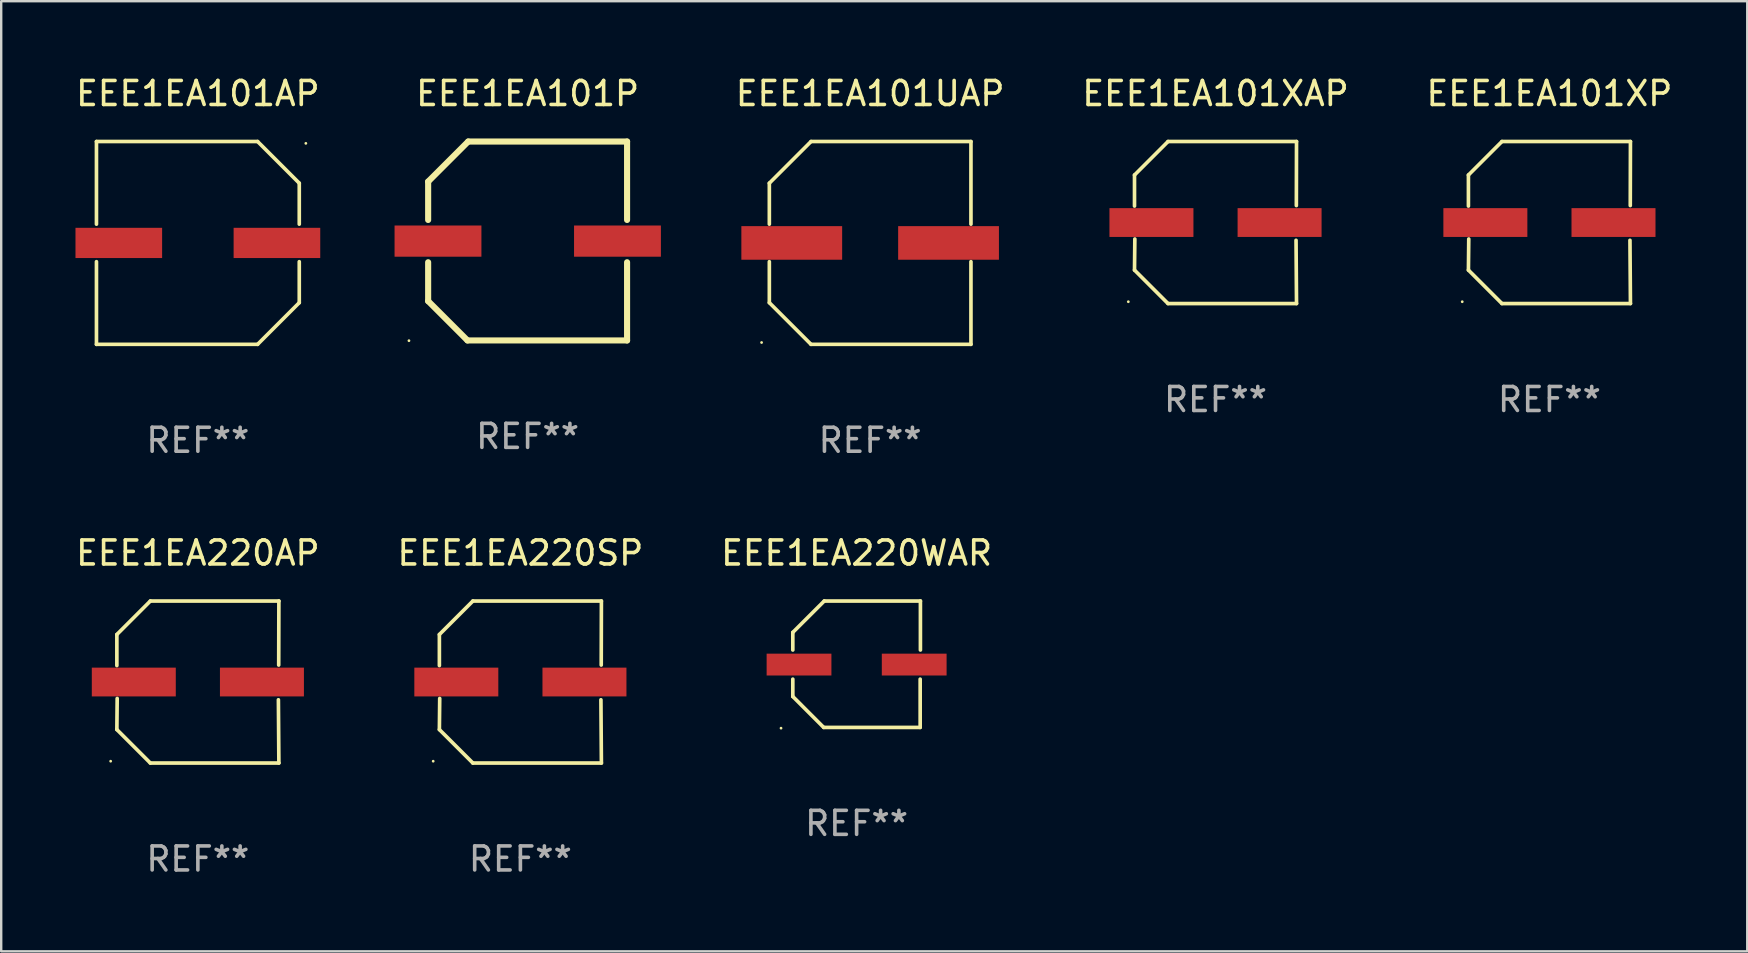
<source format=kicad_pcb>
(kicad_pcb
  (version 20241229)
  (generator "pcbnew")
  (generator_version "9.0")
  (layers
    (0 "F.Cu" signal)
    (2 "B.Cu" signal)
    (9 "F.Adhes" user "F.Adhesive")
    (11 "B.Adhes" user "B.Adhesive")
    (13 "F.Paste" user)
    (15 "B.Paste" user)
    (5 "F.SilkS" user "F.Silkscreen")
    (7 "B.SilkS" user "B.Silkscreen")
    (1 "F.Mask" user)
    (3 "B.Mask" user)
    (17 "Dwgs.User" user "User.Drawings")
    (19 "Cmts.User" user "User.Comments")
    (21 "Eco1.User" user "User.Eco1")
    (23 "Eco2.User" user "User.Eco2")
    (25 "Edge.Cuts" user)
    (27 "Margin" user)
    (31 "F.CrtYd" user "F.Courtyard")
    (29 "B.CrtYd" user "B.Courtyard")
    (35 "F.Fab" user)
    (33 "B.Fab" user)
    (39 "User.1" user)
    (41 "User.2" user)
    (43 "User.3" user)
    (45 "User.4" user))
  (footprint "EEE1EA101UAP"
    (layer "F.Cu")
    (at 33.213 7.074)
    (property "Reference" "EEE1EA101UAP" (at 0 -6.226 0) (layer "F.SilkS") (effects (font (size 1 1) (thickness 0.15))))
    (attr through_hole)
    (fp_line (start -4.201 -2.49) (end -4.201 -0.782) (stroke (width 0.152) (type solid)) (layer "F.SilkS"))
    (fp_line (start -4.201 2.49) (end -4.201 0.782) (stroke (width 0.152) (type solid)) (layer "F.SilkS"))
    (fp_line (start -2.465 -4.226) (end -4.201 -2.49) (stroke (width 0.152) (type solid)) (layer "F.SilkS"))
    (fp_line (start -2.465 4.226) (end -4.201 2.49) (stroke (width 0.152) (type solid)) (layer "F.SilkS"))
    (fp_line (start 4.201 -4.226) (end -2.465 -4.226) (stroke (width 0.152) (type solid)) (layer "F.SilkS"))
    (fp_line (start 4.201 -0.782) (end 4.201 -4.226) (stroke (width 0.152) (type solid)) (layer "F.SilkS"))
    (fp_line (start 4.201 0.782) (end 4.201 4.226) (stroke (width 0.152) (type solid)) (layer "F.SilkS"))
    (fp_line (start 4.201 4.226) (end -2.465 4.226) (stroke (width 0.152) (type solid)) (layer "F.SilkS"))
    (fp_circle (center -4.524 4.15) (end -4.494 4.15) (stroke (width 0.06) (type solid)) (fill no) (layer "F.SilkS"))
    (fp_text user "REF**" (at 0 8.226 0) (layer "F.Fab") (effects (font (size 1 1) (thickness 0.15))))
    (pad "1" smd rect (at -3.267 0) (size 4.2 1.4) (layers "F.Cu" "F.Mask" "F.Paste"))
    (pad "2" smd rect (at 3.267 0) (size 4.2 1.4) (layers "F.Cu" "F.Mask" "F.Paste")))
  (footprint "EEE1EA220SP"
    (layer "F.Cu")
    (at 18.637 25.373)
    (property "Reference" "EEE1EA220SP" (at 0 -5.376 0) (layer "F.SilkS") (effects (font (size 1 1) (thickness 0.15))))
    (attr through_hole)
    (fp_line (start -3.376 -1.98) (end -3.376 -0.686) (stroke (width 0.152) (type solid)) (layer "F.SilkS"))
    (fp_line (start -3.376 1.981) (end -3.362 0.686) (stroke (width 0.152) (type solid)) (layer "F.SilkS"))
    (fp_line (start -1.981 3.376) (end -3.376 1.981) (stroke (width 0.152) (type solid)) (layer "F.SilkS"))
    (fp_line (start -1.98 -3.376) (end -3.376 -1.98) (stroke (width 0.152) (type solid)) (layer "F.SilkS"))
    (fp_line (start 3.356 0.74) (end 3.376 3.376) (stroke (width 0.152) (type solid)) (layer "F.SilkS"))
    (fp_line (start 3.369 -0.707) (end 3.376 -3.376) (stroke (width 0.152) (type solid)) (layer "F.SilkS"))
    (fp_line (start 3.376 3.376) (end -1.981 3.376) (stroke (width 0.152) (type solid)) (layer "F.SilkS"))
    (fp_line (start 3.376 -3.376) (end -1.98 -3.376) (stroke (width 0.152) (type solid)) (layer "F.SilkS"))
    (fp_circle (center -3.634 3.3) (end -3.604 3.3) (stroke (width 0.06) (type solid)) (fill no) (layer "F.SilkS"))
    (fp_text user "REF**" (at 0 7.376 0) (layer "F.Fab") (effects (font (size 1 1) (thickness 0.15))))
    (pad "1" smd rect (at -2.67 0.000254) (size 3.5 1.2) (layers "F.Cu" "F.Mask" "F.Paste"))
    (pad "2" smd rect (at 2.67 0.000254) (size 3.5 1.2) (layers "F.Cu" "F.Mask" "F.Paste")))
  (footprint "EEE1EA101XAP"
    (layer "F.Cu")
    (at 47.606 6.224)
    (property "Reference" "EEE1EA101XAP" (at 0 -5.376 0) (layer "F.SilkS") (effects (font (size 1 1) (thickness 0.15))))
    (attr through_hole)
    (fp_line (start -3.376 -1.98) (end -3.376 -0.686) (stroke (width 0.152) (type solid)) (layer "F.SilkS"))
    (fp_line (start -3.376 1.981) (end -3.362 0.686) (stroke (width 0.152) (type solid)) (layer "F.SilkS"))
    (fp_line (start -1.981 3.376) (end -3.376 1.981) (stroke (width 0.152) (type solid)) (layer "F.SilkS"))
    (fp_line (start -1.98 -3.376) (end -3.376 -1.98) (stroke (width 0.152) (type solid)) (layer "F.SilkS"))
    (fp_line (start 3.356 0.74) (end 3.376 3.376) (stroke (width 0.152) (type solid)) (layer "F.SilkS"))
    (fp_line (start 3.369 -0.707) (end 3.376 -3.376) (stroke (width 0.152) (type solid)) (layer "F.SilkS"))
    (fp_line (start 3.376 3.376) (end -1.981 3.376) (stroke (width 0.152) (type solid)) (layer "F.SilkS"))
    (fp_line (start 3.376 -3.376) (end -1.98 -3.376) (stroke (width 0.152) (type solid)) (layer "F.SilkS"))
    (fp_circle (center -3.634 3.3) (end -3.604 3.3) (stroke (width 0.06) (type solid)) (fill no) (layer "F.SilkS"))
    (fp_text user "REF**" (at 0 7.376 0) (layer "F.Fab") (effects (font (size 1 1) (thickness 0.15))))
    (pad "1" smd rect (at -2.67 0.000254) (size 3.5 1.2) (layers "F.Cu" "F.Mask" "F.Paste"))
    (pad "2" smd rect (at 2.67 0.000254) (size 3.5 1.2) (layers "F.Cu" "F.Mask" "F.Paste")))
  (footprint "EEE1EA101XP"
    (layer "F.Cu")
    (at 61.522 6.224)
    (property "Reference" "EEE1EA101XP" (at 0 -5.376 0) (layer "F.SilkS") (effects (font (size 1 1) (thickness 0.15))))
    (attr through_hole)
    (fp_line (start -3.376 -1.98) (end -3.376 -0.686) (stroke (width 0.152) (type solid)) (layer "F.SilkS"))
    (fp_line (start -3.376 1.981) (end -3.362 0.686) (stroke (width 0.152) (type solid)) (layer "F.SilkS"))
    (fp_line (start -1.981 3.376) (end -3.376 1.981) (stroke (width 0.152) (type solid)) (layer "F.SilkS"))
    (fp_line (start -1.98 -3.376) (end -3.376 -1.98) (stroke (width 0.152) (type solid)) (layer "F.SilkS"))
    (fp_line (start 3.356 0.74) (end 3.376 3.376) (stroke (width 0.152) (type solid)) (layer "F.SilkS"))
    (fp_line (start 3.369 -0.707) (end 3.376 -3.376) (stroke (width 0.152) (type solid)) (layer "F.SilkS"))
    (fp_line (start 3.376 3.376) (end -1.981 3.376) (stroke (width 0.152) (type solid)) (layer "F.SilkS"))
    (fp_line (start 3.376 -3.376) (end -1.98 -3.376) (stroke (width 0.152) (type solid)) (layer "F.SilkS"))
    (fp_circle (center -3.634 3.3) (end -3.604 3.3) (stroke (width 0.06) (type solid)) (fill no) (layer "F.SilkS"))
    (fp_text user "REF**" (at 0 7.376 0) (layer "F.Fab") (effects (font (size 1 1) (thickness 0.15))))
    (pad "1" smd rect (at -2.67 0.000254) (size 3.5 1.2) (layers "F.Cu" "F.Mask" "F.Paste"))
    (pad "2" smd rect (at 2.67 0.000254) (size 3.5 1.2) (layers "F.Cu" "F.Mask" "F.Paste")))
  (footprint "EEE1EA101P"
    (layer "F.Cu")
    (at 18.938 6.993)
    (property "Reference" "EEE1EA101P" (at 0 -6.145 0) (layer "F.SilkS") (effects (font (size 1 1) (thickness 0.15))))
    (attr through_hole)
    (fp_line (start -4.145 -2.475) (end -4.145 -0.876) (stroke (width 0.254) (type solid)) (layer "F.SilkS"))
    (fp_line (start -4.145 0.886) (end -4.145 2.505) (stroke (width 0.254) (type solid)) (layer "F.SilkS"))
    (fp_line (start -4.145 2.505) (end -2.505 4.145) (stroke (width 0.254) (type solid)) (layer "F.SilkS"))
    (fp_line (start -2.505 4.145) (end 4.145 4.145) (stroke (width 0.254) (type solid)) (layer "F.SilkS"))
    (fp_line (start -2.475 -4.145) (end -4.145 -2.475) (stroke (width 0.254) (type solid)) (layer "F.SilkS"))
    (fp_line (start 4.145 -4.145) (end -2.475 -4.145) (stroke (width 0.254) (type solid)) (layer "F.SilkS"))
    (fp_line (start 4.145 -0.876) (end 4.145 -4.145) (stroke (width 0.254) (type solid)) (layer "F.SilkS"))
    (fp_line (start 4.145 4.145) (end 4.145 0.886) (stroke (width 0.254) (type solid)) (layer "F.SilkS"))
    (fp_circle (center -4.945 4.155) (end -4.915 4.155) (stroke (width 0.06) (type solid)) (fill no) (layer "F.SilkS"))
    (fp_text user "REF**" (at 0 8.145 0) (layer "F.Fab") (effects (font (size 1 1) (thickness 0.15))))
    (pad "1" smd rect (at -3.735 0.005) (size 3.62 1.3) (layers "F.Cu" "F.Mask" "F.Paste"))
    (pad "2" smd rect (at 3.745 0.005) (size 3.62 1.3) (layers "F.Cu" "F.Mask" "F.Paste")))
  (footprint "EEE1EA220WAR"
    (layer "F.Cu")
    (at 32.649 24.631)
    (property "Reference" "EEE1EA220WAR" (at 0 -4.634 0) (layer "F.SilkS") (effects (font (size 1 1) (thickness 0.15))))
    (attr through_hole)
    (fp_line (start -2.659 -1.326) (end -2.659 -0.592) (stroke (width 0.152) (type solid)) (layer "F.SilkS"))
    (fp_line (start -2.659 1.346) (end -2.659 0.622) (stroke (width 0.152) (type solid)) (layer "F.SilkS"))
    (fp_line (start -1.372 2.634) (end -2.659 1.346) (stroke (width 0.152) (type solid)) (layer "F.SilkS"))
    (fp_line (start -1.349 -2.634) (end -2.659 -1.326) (stroke (width 0.152) (type solid)) (layer "F.SilkS"))
    (fp_line (start 2.649 0.622) (end 2.649 2.634) (stroke (width 0.152) (type solid)) (layer "F.SilkS"))
    (fp_line (start 2.649 2.634) (end -1.372 2.634) (stroke (width 0.152) (type solid)) (layer "F.SilkS"))
    (fp_line (start 2.659 -2.634) (end -1.349 -2.634) (stroke (width 0.152) (type solid)) (layer "F.SilkS"))
    (fp_line (start 2.659 -0.592) (end 2.659 -2.634) (stroke (width 0.152) (type solid)) (layer "F.SilkS"))
    (fp_circle (center -3.15 2.665) (end -3.12 2.665) (stroke (width 0.06) (type solid)) (fill no) (layer "F.SilkS"))
    (fp_text user "REF**" (at 0 6.634 0) (layer "F.Fab") (effects (font (size 1 1) (thickness 0.15))))
    (pad "1" smd rect (at -2.4 0.015) (size 2.7 0.91) (layers "F.Cu" "F.Mask" "F.Paste"))
    (pad "2" smd rect (at 2.4 0.015) (size 2.7 0.91) (layers "F.Cu" "F.Mask" "F.Paste")))
  (footprint "EEE1EA101AP"
    (layer "F.Cu")
    (at 5.196 7.074)
    (property "Reference" "EEE1EA101AP" (at 0 -6.226 0) (layer "F.SilkS") (effects (font (size 1 1) (thickness 0.15))))
    (attr through_hole)
    (fp_line (start -4.226 -4.226) (end 2.49 -4.226) (stroke (width 0.152) (type solid)) (layer "F.SilkS"))
    (fp_line (start -4.226 -0.782) (end -4.226 -4.226) (stroke (width 0.152) (type solid)) (layer "F.SilkS"))
    (fp_line (start -4.226 0.782) (end -4.226 4.226) (stroke (width 0.152) (type solid)) (layer "F.SilkS"))
    (fp_line (start -4.226 4.226) (end 2.49 4.226) (stroke (width 0.152) (type solid)) (layer "F.SilkS"))
    (fp_line (start 2.49 -4.226) (end 4.226 -2.49) (stroke (width 0.152) (type solid)) (layer "F.SilkS"))
    (fp_line (start 2.49 4.226) (end 4.226 2.49) (stroke (width 0.152) (type solid)) (layer "F.SilkS"))
    (fp_line (start 4.226 -2.49) (end 4.226 -0.782) (stroke (width 0.152) (type solid)) (layer "F.SilkS"))
    (fp_line (start 4.226 2.49) (end 4.226 0.782) (stroke (width 0.152) (type solid)) (layer "F.SilkS"))
    (fp_circle (center 4.5 -4.15) (end 4.53 -4.15) (stroke (width 0.06) (type solid)) (fill no) (layer "F.SilkS"))
    (fp_text user "REF**" (at 0 8.226 0) (layer "F.Fab") (effects (font (size 1 1) (thickness 0.15))))
    (pad "1" smd rect (at 3.295 0 180) (size 3.61 1.26) (layers "F.Cu" "F.Mask" "F.Paste"))
    (pad "2" smd rect (at -3.295 0 180) (size 3.61 1.26) (layers "F.Cu" "F.Mask" "F.Paste")))
  (footprint "EEE1EA220AP"
    (layer "F.Cu")
    (at 5.196 25.373)
    (property "Reference" "EEE1EA220AP" (at 0 -5.376 0) (layer "F.SilkS") (effects (font (size 1 1) (thickness 0.15))))
    (attr through_hole)
    (fp_line (start -3.376 -1.98) (end -3.376 -0.686) (stroke (width 0.152) (type solid)) (layer "F.SilkS"))
    (fp_line (start -3.376 1.981) (end -3.362 0.686) (stroke (width 0.152) (type solid)) (layer "F.SilkS"))
    (fp_line (start -1.981 3.376) (end -3.376 1.981) (stroke (width 0.152) (type solid)) (layer "F.SilkS"))
    (fp_line (start -1.98 -3.376) (end -3.376 -1.98) (stroke (width 0.152) (type solid)) (layer "F.SilkS"))
    (fp_line (start 3.356 0.74) (end 3.376 3.376) (stroke (width 0.152) (type solid)) (layer "F.SilkS"))
    (fp_line (start 3.369 -0.707) (end 3.376 -3.376) (stroke (width 0.152) (type solid)) (layer "F.SilkS"))
    (fp_line (start 3.376 3.376) (end -1.981 3.376) (stroke (width 0.152) (type solid)) (layer "F.SilkS"))
    (fp_line (start 3.376 -3.376) (end -1.98 -3.376) (stroke (width 0.152) (type solid)) (layer "F.SilkS"))
    (fp_circle (center -3.634 3.3) (end -3.604 3.3) (stroke (width 0.06) (type solid)) (fill no) (layer "F.SilkS"))
    (fp_text user "REF**" (at 0 7.376 0) (layer "F.Fab") (effects (font (size 1 1) (thickness 0.15))))
    (pad "1" smd rect (at -2.67 0.000254) (size 3.5 1.2) (layers "F.Cu" "F.Mask" "F.Paste"))
    (pad "2" smd rect (at 2.67 0.000254) (size 3.5 1.2) (layers "F.Cu" "F.Mask" "F.Paste")))
  (gr_rect
    (start -3 -3)
    (end 69.766 36.597)
    (stroke (width 0.1) (type default))
    (fill no)
    (layer "Edge.Cuts")))
</source>
